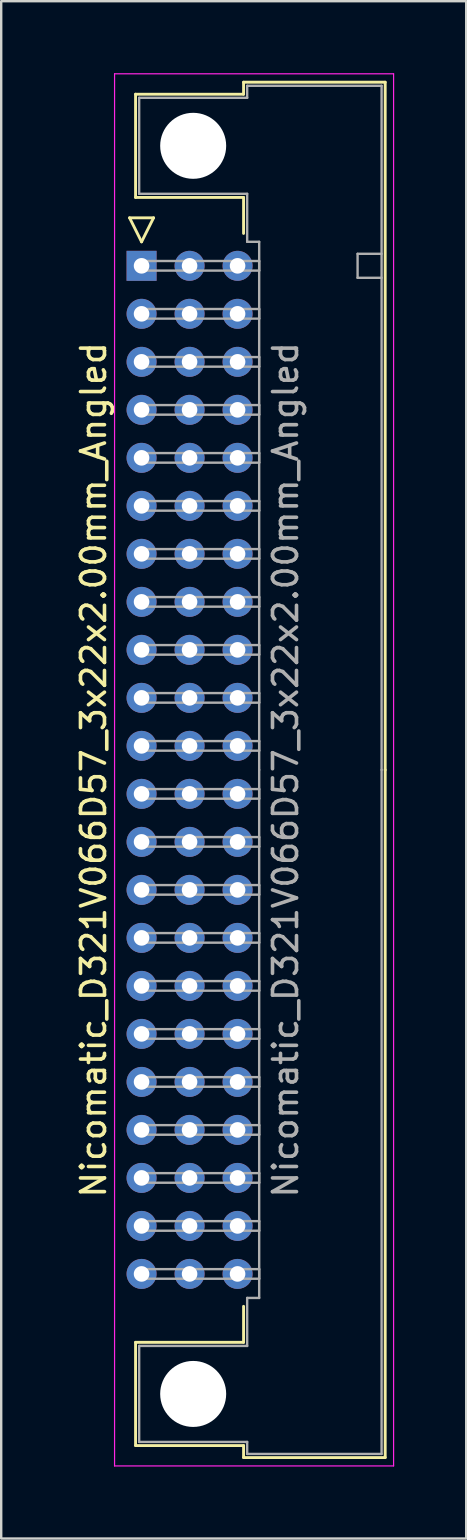
<source format=kicad_pcb>
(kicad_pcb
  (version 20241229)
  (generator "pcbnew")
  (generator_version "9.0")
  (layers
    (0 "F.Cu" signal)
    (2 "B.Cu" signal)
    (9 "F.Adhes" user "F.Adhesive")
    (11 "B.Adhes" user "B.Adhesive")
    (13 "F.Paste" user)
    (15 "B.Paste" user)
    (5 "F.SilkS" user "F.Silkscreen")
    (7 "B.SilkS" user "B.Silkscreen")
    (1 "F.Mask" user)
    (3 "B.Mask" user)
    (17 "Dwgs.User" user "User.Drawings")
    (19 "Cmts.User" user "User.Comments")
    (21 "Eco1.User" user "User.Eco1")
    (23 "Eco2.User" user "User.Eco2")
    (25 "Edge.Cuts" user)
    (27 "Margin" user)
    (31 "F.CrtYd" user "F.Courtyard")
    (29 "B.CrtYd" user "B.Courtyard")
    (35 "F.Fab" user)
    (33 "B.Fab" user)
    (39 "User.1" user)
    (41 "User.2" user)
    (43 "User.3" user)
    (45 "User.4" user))
  (footprint "Nicomatic_D321V066D57_3x22x2.00mm_Angled"
    (layer "F.Cu")
    (at 2.848 8.025)
    (property "Reference" "Nicomatic_D321V066D57_3x22x2.00mm_Angled" (at -2 21 90) (layer "F.SilkS") (effects (font (size 1 1) (thickness 0.15))))
    (attr through_hole)
    (fp_line (start -0.5 -2) (end 0 -1) (stroke (width 0.12) (type solid)) (layer "F.SilkS"))
    (fp_line (start -0.25 -7.15) (end -0.25 -2.85) (stroke (width 0.12) (type solid)) (layer "F.SilkS"))
    (fp_line (start -0.25 -2.85) (end 4.25 -2.85) (stroke (width 0.12) (type solid)) (layer "F.SilkS"))
    (fp_line (start -0.25 44.85) (end 4.25 44.85) (stroke (width 0.12) (type solid)) (layer "F.SilkS"))
    (fp_line (start -0.25 49.15) (end -0.25 44.85) (stroke (width 0.12) (type solid)) (layer "F.SilkS"))
    (fp_line (start 0 -1) (end 0.5 -2) (stroke (width 0.12) (type solid)) (layer "F.SilkS"))
    (fp_line (start 0.5 -2) (end -0.5 -2) (stroke (width 0.12) (type solid)) (layer "F.SilkS"))
    (fp_line (start 4.25 -7.65) (end 4.25 -7.15) (stroke (width 0.12) (type solid)) (layer "F.SilkS"))
    (fp_line (start 4.25 -7.15) (end -0.25 -7.15) (stroke (width 0.12) (type solid)) (layer "F.SilkS"))
    (fp_line (start 4.25 -2.85) (end 4.25 -1.35) (stroke (width 0.12) (type solid)) (layer "F.SilkS"))
    (fp_line (start 4.25 44.85) (end 4.25 43.35) (stroke (width 0.12) (type solid)) (layer "F.SilkS"))
    (fp_line (start 4.25 49.15) (end -0.25 49.15) (stroke (width 0.12) (type solid)) (layer "F.SilkS"))
    (fp_line (start 4.25 49.65) (end 4.25 49.15) (stroke (width 0.12) (type solid)) (layer "F.SilkS"))
    (fp_line (start 10.15 -7.65) (end 4.25 -7.65) (stroke (width 0.12) (type solid)) (layer "F.SilkS"))
    (fp_line (start 10.15 21) (end 10.15 -7.65) (stroke (width 0.12) (type solid)) (layer "F.SilkS"))
    (fp_line (start 10.15 21) (end 10.15 49.65) (stroke (width 0.12) (type solid)) (layer "F.SilkS"))
    (fp_line (start 10.15 49.65) (end 4.25 49.65) (stroke (width 0.12) (type solid)) (layer "F.SilkS"))
    (fp_line (start -1.125 -8) (end -1.125 50) (stroke (width 0.05) (type solid)) (layer "F.CrtYd"))
    (fp_line (start -1.125 50) (end 10.5 50) (stroke (width 0.05) (type solid)) (layer "F.CrtYd"))
    (fp_line (start 10.5 -8) (end -1.125 -8) (stroke (width 0.05) (type solid)) (layer "F.CrtYd"))
    (fp_line (start 10.5 50) (end 10.5 -8) (stroke (width 0.05) (type solid)) (layer "F.CrtYd"))
    (fp_line (start -0.1 -7) (end -0.1 -3) (stroke (width 0.1) (type solid)) (layer "F.Fab"))
    (fp_line (start -0.1 -3) (end 4.4 -3) (stroke (width 0.1) (type solid)) (layer "F.Fab"))
    (fp_line (start -0.1 45) (end 4.4 45) (stroke (width 0.1) (type solid)) (layer "F.Fab"))
    (fp_line (start -0.1 49) (end -0.1 45) (stroke (width 0.1) (type solid)) (layer "F.Fab"))
    (fp_line (start 0 -0.2) (end 0 0.2) (stroke (width 0.1) (type solid)) (layer "F.Fab"))
    (fp_line (start 0 0.2) (end 4.9 0.2) (stroke (width 0.1) (type solid)) (layer "F.Fab"))
    (fp_line (start 0 1.8) (end 0 2.2) (stroke (width 0.1) (type solid)) (layer "F.Fab"))
    (fp_line (start 0 2.2) (end 4.9 2.2) (stroke (width 0.1) (type solid)) (layer "F.Fab"))
    (fp_line (start 0 3.8) (end 0 4.2) (stroke (width 0.1) (type solid)) (layer "F.Fab"))
    (fp_line (start 0 4.2) (end 4.9 4.2) (stroke (width 0.1) (type solid)) (layer "F.Fab"))
    (fp_line (start 0 5.8) (end 0 6.2) (stroke (width 0.1) (type solid)) (layer "F.Fab"))
    (fp_line (start 0 6.2) (end 4.9 6.2) (stroke (width 0.1) (type solid)) (layer "F.Fab"))
    (fp_line (start 0 7.8) (end 0 8.2) (stroke (width 0.1) (type solid)) (layer "F.Fab"))
    (fp_line (start 0 8.2) (end 4.9 8.2) (stroke (width 0.1) (type solid)) (layer "F.Fab"))
    (fp_line (start 0 9.8) (end 0 10.2) (stroke (width 0.1) (type solid)) (layer "F.Fab"))
    (fp_line (start 0 10.2) (end 4.9 10.2) (stroke (width 0.1) (type solid)) (layer "F.Fab"))
    (fp_line (start 0 11.8) (end 0 12.2) (stroke (width 0.1) (type solid)) (layer "F.Fab"))
    (fp_line (start 0 12.2) (end 4.9 12.2) (stroke (width 0.1) (type solid)) (layer "F.Fab"))
    (fp_line (start 0 13.8) (end 0 14.2) (stroke (width 0.1) (type solid)) (layer "F.Fab"))
    (fp_line (start 0 14.2) (end 4.9 14.2) (stroke (width 0.1) (type solid)) (layer "F.Fab"))
    (fp_line (start 0 15.8) (end 0 16.2) (stroke (width 0.1) (type solid)) (layer "F.Fab"))
    (fp_line (start 0 16.2) (end 4.9 16.2) (stroke (width 0.1) (type solid)) (layer "F.Fab"))
    (fp_line (start 0 17.8) (end 0 18.2) (stroke (width 0.1) (type solid)) (layer "F.Fab"))
    (fp_line (start 0 18.2) (end 4.9 18.2) (stroke (width 0.1) (type solid)) (layer "F.Fab"))
    (fp_line (start 0 19.8) (end 0 20.2) (stroke (width 0.1) (type solid)) (layer "F.Fab"))
    (fp_line (start 0 20.2) (end 4.9 20.2) (stroke (width 0.1) (type solid)) (layer "F.Fab"))
    (fp_line (start 0 21.8) (end 0 22.2) (stroke (width 0.1) (type solid)) (layer "F.Fab"))
    (fp_line (start 0 22.2) (end 4.9 22.2) (stroke (width 0.1) (type solid)) (layer "F.Fab"))
    (fp_line (start 0 23.8) (end 0 24.2) (stroke (width 0.1) (type solid)) (layer "F.Fab"))
    (fp_line (start 0 24.2) (end 4.9 24.2) (stroke (width 0.1) (type solid)) (layer "F.Fab"))
    (fp_line (start 0 25.8) (end 0 26.2) (stroke (width 0.1) (type solid)) (layer "F.Fab"))
    (fp_line (start 0 26.2) (end 4.9 26.2) (stroke (width 0.1) (type solid)) (layer "F.Fab"))
    (fp_line (start 0 27.8) (end 0 28.2) (stroke (width 0.1) (type solid)) (layer "F.Fab"))
    (fp_line (start 0 28.2) (end 4.9 28.2) (stroke (width 0.1) (type solid)) (layer "F.Fab"))
    (fp_line (start 0 29.8) (end 0 30.2) (stroke (width 0.1) (type solid)) (layer "F.Fab"))
    (fp_line (start 0 30.2) (end 4.9 30.2) (stroke (width 0.1) (type solid)) (layer "F.Fab"))
    (fp_line (start 0 31.8) (end 0 32.2) (stroke (width 0.1) (type solid)) (layer "F.Fab"))
    (fp_line (start 0 32.2) (end 4.9 32.2) (stroke (width 0.1) (type solid)) (layer "F.Fab"))
    (fp_line (start 0 33.8) (end 0 34.2) (stroke (width 0.1) (type solid)) (layer "F.Fab"))
    (fp_line (start 0 34.2) (end 4.9 34.2) (stroke (width 0.1) (type solid)) (layer "F.Fab"))
    (fp_line (start 0 35.8) (end 0 36.2) (stroke (width 0.1) (type solid)) (layer "F.Fab"))
    (fp_line (start 0 36.2) (end 4.9 36.2) (stroke (width 0.1) (type solid)) (layer "F.Fab"))
    (fp_line (start 0 37.8) (end 0 38.2) (stroke (width 0.1) (type solid)) (layer "F.Fab"))
    (fp_line (start 0 38.2) (end 4.9 38.2) (stroke (width 0.1) (type solid)) (layer "F.Fab"))
    (fp_line (start 0 39.8) (end 0 40.2) (stroke (width 0.1) (type solid)) (layer "F.Fab"))
    (fp_line (start 0 40.2) (end 4.9 40.2) (stroke (width 0.1) (type solid)) (layer "F.Fab"))
    (fp_line (start 0 41.8) (end 0 42.2) (stroke (width 0.1) (type solid)) (layer "F.Fab"))
    (fp_line (start 0 42.2) (end 4.9 42.2) (stroke (width 0.1) (type solid)) (layer "F.Fab"))
    (fp_line (start 4.4 -7.5) (end 4.4 -7) (stroke (width 0.1) (type solid)) (layer "F.Fab"))
    (fp_line (start 4.4 -7) (end -0.1 -7) (stroke (width 0.1) (type solid)) (layer "F.Fab"))
    (fp_line (start 4.4 -3) (end 4.4 -1) (stroke (width 0.1) (type solid)) (layer "F.Fab"))
    (fp_line (start 4.4 -1) (end 4.9 -1) (stroke (width 0.1) (type solid)) (layer "F.Fab"))
    (fp_line (start 4.4 43) (end 4.9 43) (stroke (width 0.1) (type solid)) (layer "F.Fab"))
    (fp_line (start 4.4 45) (end 4.4 43) (stroke (width 0.1) (type solid)) (layer "F.Fab"))
    (fp_line (start 4.4 49) (end -0.1 49) (stroke (width 0.1) (type solid)) (layer "F.Fab"))
    (fp_line (start 4.4 49.5) (end 4.4 49) (stroke (width 0.1) (type solid)) (layer "F.Fab"))
    (fp_line (start 4.9 -1) (end 4.9 21) (stroke (width 0.1) (type solid)) (layer "F.Fab"))
    (fp_line (start 4.9 -0.2) (end 0 -0.2) (stroke (width 0.1) (type solid)) (layer "F.Fab"))
    (fp_line (start 4.9 0.2) (end 4.9 -0.2) (stroke (width 0.1) (type solid)) (layer "F.Fab"))
    (fp_line (start 4.9 1.8) (end 0 1.8) (stroke (width 0.1) (type solid)) (layer "F.Fab"))
    (fp_line (start 4.9 2.2) (end 4.9 1.8) (stroke (width 0.1) (type solid)) (layer "F.Fab"))
    (fp_line (start 4.9 3.8) (end 0 3.8) (stroke (width 0.1) (type solid)) (layer "F.Fab"))
    (fp_line (start 4.9 4.2) (end 4.9 3.8) (stroke (width 0.1) (type solid)) (layer "F.Fab"))
    (fp_line (start 4.9 5.8) (end 0 5.8) (stroke (width 0.1) (type solid)) (layer "F.Fab"))
    (fp_line (start 4.9 6.2) (end 4.9 5.8) (stroke (width 0.1) (type solid)) (layer "F.Fab"))
    (fp_line (start 4.9 7.8) (end 0 7.8) (stroke (width 0.1) (type solid)) (layer "F.Fab"))
    (fp_line (start 4.9 8.2) (end 4.9 7.8) (stroke (width 0.1) (type solid)) (layer "F.Fab"))
    (fp_line (start 4.9 9.8) (end 0 9.8) (stroke (width 0.1) (type solid)) (layer "F.Fab"))
    (fp_line (start 4.9 10.2) (end 4.9 9.8) (stroke (width 0.1) (type solid)) (layer "F.Fab"))
    (fp_line (start 4.9 11.8) (end 0 11.8) (stroke (width 0.1) (type solid)) (layer "F.Fab"))
    (fp_line (start 4.9 12.2) (end 4.9 11.8) (stroke (width 0.1) (type solid)) (layer "F.Fab"))
    (fp_line (start 4.9 13.8) (end 0 13.8) (stroke (width 0.1) (type solid)) (layer "F.Fab"))
    (fp_line (start 4.9 14.2) (end 4.9 13.8) (stroke (width 0.1) (type solid)) (layer "F.Fab"))
    (fp_line (start 4.9 15.8) (end 0 15.8) (stroke (width 0.1) (type solid)) (layer "F.Fab"))
    (fp_line (start 4.9 16.2) (end 4.9 15.8) (stroke (width 0.1) (type solid)) (layer "F.Fab"))
    (fp_line (start 4.9 17.8) (end 0 17.8) (stroke (width 0.1) (type solid)) (layer "F.Fab"))
    (fp_line (start 4.9 18.2) (end 4.9 17.8) (stroke (width 0.1) (type solid)) (layer "F.Fab"))
    (fp_line (start 4.9 19.8) (end 0 19.8) (stroke (width 0.1) (type solid)) (layer "F.Fab"))
    (fp_line (start 4.9 20.2) (end 4.9 19.8) (stroke (width 0.1) (type solid)) (layer "F.Fab"))
    (fp_line (start 4.9 21.8) (end 0 21.8) (stroke (width 0.1) (type solid)) (layer "F.Fab"))
    (fp_line (start 4.9 22.2) (end 4.9 21.8) (stroke (width 0.1) (type solid)) (layer "F.Fab"))
    (fp_line (start 4.9 23.8) (end 0 23.8) (stroke (width 0.1) (type solid)) (layer "F.Fab"))
    (fp_line (start 4.9 24.2) (end 4.9 23.8) (stroke (width 0.1) (type solid)) (layer "F.Fab"))
    (fp_line (start 4.9 25.8) (end 0 25.8) (stroke (width 0.1) (type solid)) (layer "F.Fab"))
    (fp_line (start 4.9 26.2) (end 4.9 25.8) (stroke (width 0.1) (type solid)) (layer "F.Fab"))
    (fp_line (start 4.9 27.8) (end 0 27.8) (stroke (width 0.1) (type solid)) (layer "F.Fab"))
    (fp_line (start 4.9 28.2) (end 4.9 27.8) (stroke (width 0.1) (type solid)) (layer "F.Fab"))
    (fp_line (start 4.9 29.8) (end 0 29.8) (stroke (width 0.1) (type solid)) (layer "F.Fab"))
    (fp_line (start 4.9 30.2) (end 4.9 29.8) (stroke (width 0.1) (type solid)) (layer "F.Fab"))
    (fp_line (start 4.9 31.8) (end 0 31.8) (stroke (width 0.1) (type solid)) (layer "F.Fab"))
    (fp_line (start 4.9 32.2) (end 4.9 31.8) (stroke (width 0.1) (type solid)) (layer "F.Fab"))
    (fp_line (start 4.9 33.8) (end 0 33.8) (stroke (width 0.1) (type solid)) (layer "F.Fab"))
    (fp_line (start 4.9 34.2) (end 4.9 33.8) (stroke (width 0.1) (type solid)) (layer "F.Fab"))
    (fp_line (start 4.9 35.8) (end 0 35.8) (stroke (width 0.1) (type solid)) (layer "F.Fab"))
    (fp_line (start 4.9 36.2) (end 4.9 35.8) (stroke (width 0.1) (type solid)) (layer "F.Fab"))
    (fp_line (start 4.9 37.8) (end 0 37.8) (stroke (width 0.1) (type solid)) (layer "F.Fab"))
    (fp_line (start 4.9 38.2) (end 4.9 37.8) (stroke (width 0.1) (type solid)) (layer "F.Fab"))
    (fp_line (start 4.9 39.8) (end 0 39.8) (stroke (width 0.1) (type solid)) (layer "F.Fab"))
    (fp_line (start 4.9 40.2) (end 4.9 39.8) (stroke (width 0.1) (type solid)) (layer "F.Fab"))
    (fp_line (start 4.9 41.8) (end 0 41.8) (stroke (width 0.1) (type solid)) (layer "F.Fab"))
    (fp_line (start 4.9 42.2) (end 4.9 41.8) (stroke (width 0.1) (type solid)) (layer "F.Fab"))
    (fp_line (start 4.9 43) (end 4.9 21) (stroke (width 0.1) (type solid)) (layer "F.Fab"))
    (fp_line (start 9 -0.5) (end 9 0.5) (stroke (width 0.1) (type solid)) (layer "F.Fab"))
    (fp_line (start 9 0.5) (end 10 0.5) (stroke (width 0.1) (type solid)) (layer "F.Fab"))
    (fp_line (start 10 -7.5) (end 4.4 -7.5) (stroke (width 0.1) (type solid)) (layer "F.Fab"))
    (fp_line (start 10 -0.5) (end 9 -0.5) (stroke (width 0.1) (type solid)) (layer "F.Fab"))
    (fp_line (start 10 21) (end 10 -7.5) (stroke (width 0.1) (type solid)) (layer "F.Fab"))
    (fp_line (start 10 21) (end 10 49.5) (stroke (width 0.1) (type solid)) (layer "F.Fab"))
    (fp_line (start 10 49.5) (end 4.4 49.5) (stroke (width 0.1) (type solid)) (layer "F.Fab"))
    (fp_text user "${REFERENCE}" (at 6 21 90) (layer "F.Fab") (effects (font (size 1 1) (thickness 0.15))))
    (pad "" np_thru_hole circle (at 2.15 -5) (size 2.75 2.75) (drill 2.75) (layers "*.Cu" "*.Mask"))
    (pad "" np_thru_hole circle (at 2.15 47) (size 2.75 2.75) (drill 2.75) (layers "*.Cu" "*.Mask"))
    (pad "1" thru_hole rect (at 0 0) (size 1.25 1.25) (drill 0.65) (layers "*.Cu" "*.Mask"))
    (pad "2" thru_hole oval (at 0 2) (size 1.25 1.25) (drill 0.65) (layers "*.Cu" "*.Mask"))
    (pad "3" thru_hole oval (at 0 4) (size 1.25 1.25) (drill 0.65) (layers "*.Cu" "*.Mask"))
    (pad "4" thru_hole oval (at 0 6) (size 1.25 1.25) (drill 0.65) (layers "*.Cu" "*.Mask"))
    (pad "5" thru_hole oval (at 0 8) (size 1.25 1.25) (drill 0.65) (layers "*.Cu" "*.Mask"))
    (pad "6" thru_hole oval (at 0 10) (size 1.25 1.25) (drill 0.65) (layers "*.Cu" "*.Mask"))
    (pad "7" thru_hole oval (at 0 12) (size 1.25 1.25) (drill 0.65) (layers "*.Cu" "*.Mask"))
    (pad "8" thru_hole oval (at 0 14) (size 1.25 1.25) (drill 0.65) (layers "*.Cu" "*.Mask"))
    (pad "9" thru_hole oval (at 0 16) (size 1.25 1.25) (drill 0.65) (layers "*.Cu" "*.Mask"))
    (pad "10" thru_hole oval (at 0 18) (size 1.25 1.25) (drill 0.65) (layers "*.Cu" "*.Mask"))
    (pad "11" thru_hole oval (at 0 20) (size 1.25 1.25) (drill 0.65) (layers "*.Cu" "*.Mask"))
    (pad "12" thru_hole oval (at 0 22) (size 1.25 1.25) (drill 0.65) (layers "*.Cu" "*.Mask"))
    (pad "13" thru_hole oval (at 0 24) (size 1.25 1.25) (drill 0.65) (layers "*.Cu" "*.Mask"))
    (pad "14" thru_hole oval (at 0 26) (size 1.25 1.25) (drill 0.65) (layers "*.Cu" "*.Mask"))
    (pad "15" thru_hole oval (at 0 28) (size 1.25 1.25) (drill 0.65) (layers "*.Cu" "*.Mask"))
    (pad "16" thru_hole oval (at 0 30) (size 1.25 1.25) (drill 0.65) (layers "*.Cu" "*.Mask"))
    (pad "17" thru_hole oval (at 0 32) (size 1.25 1.25) (drill 0.65) (layers "*.Cu" "*.Mask"))
    (pad "18" thru_hole oval (at 0 34) (size 1.25 1.25) (drill 0.65) (layers "*.Cu" "*.Mask"))
    (pad "19" thru_hole oval (at 0 36) (size 1.25 1.25) (drill 0.65) (layers "*.Cu" "*.Mask"))
    (pad "20" thru_hole oval (at 0 38) (size 1.25 1.25) (drill 0.65) (layers "*.Cu" "*.Mask"))
    (pad "21" thru_hole oval (at 0 40) (size 1.25 1.25) (drill 0.65) (layers "*.Cu" "*.Mask"))
    (pad "22" thru_hole oval (at 0 42) (size 1.25 1.25) (drill 0.65) (layers "*.Cu" "*.Mask"))
    (pad "23" thru_hole oval (at 2 0) (size 1.25 1.25) (drill 0.65) (layers "*.Cu" "*.Mask"))
    (pad "24" thru_hole oval (at 2 2) (size 1.25 1.25) (drill 0.65) (layers "*.Cu" "*.Mask"))
    (pad "25" thru_hole oval (at 2 4) (size 1.25 1.25) (drill 0.65) (layers "*.Cu" "*.Mask"))
    (pad "26" thru_hole oval (at 2 6) (size 1.25 1.25) (drill 0.65) (layers "*.Cu" "*.Mask"))
    (pad "27" thru_hole oval (at 2 8) (size 1.25 1.25) (drill 0.65) (layers "*.Cu" "*.Mask"))
    (pad "28" thru_hole oval (at 2 10) (size 1.25 1.25) (drill 0.65) (layers "*.Cu" "*.Mask"))
    (pad "29" thru_hole oval (at 2 12) (size 1.25 1.25) (drill 0.65) (layers "*.Cu" "*.Mask"))
    (pad "30" thru_hole oval (at 2 14) (size 1.25 1.25) (drill 0.65) (layers "*.Cu" "*.Mask"))
    (pad "31" thru_hole oval (at 2 16) (size 1.25 1.25) (drill 0.65) (layers "*.Cu" "*.Mask"))
    (pad "32" thru_hole oval (at 2 18) (size 1.25 1.25) (drill 0.65) (layers "*.Cu" "*.Mask"))
    (pad "33" thru_hole oval (at 2 20) (size 1.25 1.25) (drill 0.65) (layers "*.Cu" "*.Mask"))
    (pad "34" thru_hole oval (at 2 22) (size 1.25 1.25) (drill 0.65) (layers "*.Cu" "*.Mask"))
    (pad "35" thru_hole oval (at 2 24) (size 1.25 1.25) (drill 0.65) (layers "*.Cu" "*.Mask"))
    (pad "36" thru_hole oval (at 2 26) (size 1.25 1.25) (drill 0.65) (layers "*.Cu" "*.Mask"))
    (pad "37" thru_hole oval (at 2 28) (size 1.25 1.25) (drill 0.65) (layers "*.Cu" "*.Mask"))
    (pad "38" thru_hole oval (at 2 30) (size 1.25 1.25) (drill 0.65) (layers "*.Cu" "*.Mask"))
    (pad "39" thru_hole oval (at 2 32) (size 1.25 1.25) (drill 0.65) (layers "*.Cu" "*.Mask"))
    (pad "40" thru_hole oval (at 2 34) (size 1.25 1.25) (drill 0.65) (layers "*.Cu" "*.Mask"))
    (pad "41" thru_hole oval (at 2 36) (size 1.25 1.25) (drill 0.65) (layers "*.Cu" "*.Mask"))
    (pad "42" thru_hole oval (at 2 38) (size 1.25 1.25) (drill 0.65) (layers "*.Cu" "*.Mask"))
    (pad "43" thru_hole oval (at 2 40) (size 1.25 1.25) (drill 0.65) (layers "*.Cu" "*.Mask"))
    (pad "44" thru_hole oval (at 2 42) (size 1.25 1.25) (drill 0.65) (layers "*.Cu" "*.Mask"))
    (pad "45" thru_hole oval (at 4 0) (size 1.25 1.25) (drill 0.65) (layers "*.Cu" "*.Mask"))
    (pad "46" thru_hole oval (at 4 2) (size 1.25 1.25) (drill 0.65) (layers "*.Cu" "*.Mask"))
    (pad "47" thru_hole oval (at 4 4) (size 1.25 1.25) (drill 0.65) (layers "*.Cu" "*.Mask"))
    (pad "48" thru_hole oval (at 4 6) (size 1.25 1.25) (drill 0.65) (layers "*.Cu" "*.Mask"))
    (pad "49" thru_hole oval (at 4 8) (size 1.25 1.25) (drill 0.65) (layers "*.Cu" "*.Mask"))
    (pad "50" thru_hole oval (at 4 10) (size 1.25 1.25) (drill 0.65) (layers "*.Cu" "*.Mask"))
    (pad "51" thru_hole oval (at 4 12) (size 1.25 1.25) (drill 0.65) (layers "*.Cu" "*.Mask"))
    (pad "52" thru_hole oval (at 4 14) (size 1.25 1.25) (drill 0.65) (layers "*.Cu" "*.Mask"))
    (pad "53" thru_hole oval (at 4 16) (size 1.25 1.25) (drill 0.65) (layers "*.Cu" "*.Mask"))
    (pad "54" thru_hole oval (at 4 18) (size 1.25 1.25) (drill 0.65) (layers "*.Cu" "*.Mask"))
    (pad "55" thru_hole oval (at 4 20) (size 1.25 1.25) (drill 0.65) (layers "*.Cu" "*.Mask"))
    (pad "56" thru_hole oval (at 4 22) (size 1.25 1.25) (drill 0.65) (layers "*.Cu" "*.Mask"))
    (pad "57" thru_hole oval (at 4 24) (size 1.25 1.25) (drill 0.65) (layers "*.Cu" "*.Mask"))
    (pad "58" thru_hole oval (at 4 26) (size 1.25 1.25) (drill 0.65) (layers "*.Cu" "*.Mask"))
    (pad "59" thru_hole oval (at 4 28) (size 1.25 1.25) (drill 0.65) (layers "*.Cu" "*.Mask"))
    (pad "60" thru_hole oval (at 4 30) (size 1.25 1.25) (drill 0.65) (layers "*.Cu" "*.Mask"))
    (pad "61" thru_hole oval (at 4 32) (size 1.25 1.25) (drill 0.65) (layers "*.Cu" "*.Mask"))
    (pad "62" thru_hole oval (at 4 34) (size 1.25 1.25) (drill 0.65) (layers "*.Cu" "*.Mask"))
    (pad "63" thru_hole oval (at 4 36) (size 1.25 1.25) (drill 0.65) (layers "*.Cu" "*.Mask"))
    (pad "64" thru_hole oval (at 4 38) (size 1.25 1.25) (drill 0.65) (layers "*.Cu" "*.Mask"))
    (pad "65" thru_hole oval (at 4 40) (size 1.25 1.25) (drill 0.65) (layers "*.Cu" "*.Mask"))
    (pad "66" thru_hole oval (at 4 42) (size 1.25 1.25) (drill 0.65) (layers "*.Cu" "*.Mask")))
  (gr_rect
    (start -3 -3)
    (end 16.373 61.05)
    (stroke (width 0.1) (type default))
    (fill no)
    (layer "Edge.Cuts")))
</source>
